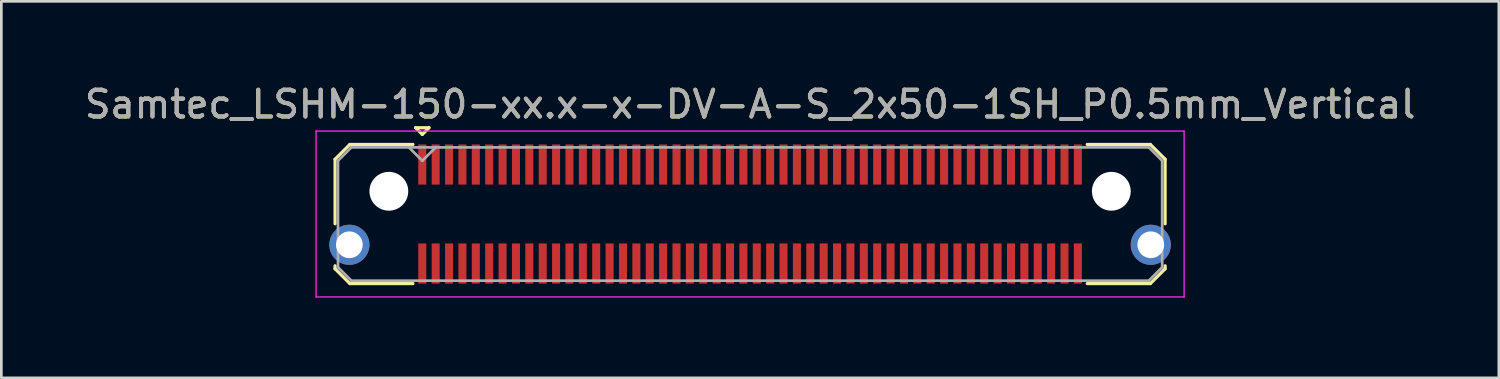
<source format=kicad_pcb>
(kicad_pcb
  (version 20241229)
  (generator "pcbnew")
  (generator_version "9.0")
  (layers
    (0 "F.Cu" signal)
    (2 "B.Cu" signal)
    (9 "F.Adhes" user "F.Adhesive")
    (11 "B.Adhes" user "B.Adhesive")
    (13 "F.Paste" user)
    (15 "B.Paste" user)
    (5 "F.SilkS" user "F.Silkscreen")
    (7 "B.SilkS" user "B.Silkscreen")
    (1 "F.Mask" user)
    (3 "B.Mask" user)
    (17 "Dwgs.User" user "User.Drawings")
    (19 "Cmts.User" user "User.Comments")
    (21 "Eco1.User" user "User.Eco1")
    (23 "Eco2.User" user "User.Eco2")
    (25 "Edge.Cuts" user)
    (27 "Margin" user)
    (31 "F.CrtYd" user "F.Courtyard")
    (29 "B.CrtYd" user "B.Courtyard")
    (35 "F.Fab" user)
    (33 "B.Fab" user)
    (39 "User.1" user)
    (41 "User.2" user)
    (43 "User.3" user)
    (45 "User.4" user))
  (footprint "Samtec_LSHM-150-xx.x-x-DV-A-S_2x50-1SH_P0.5mm_Vertical"
    (layer "F.Cu")
    (at 24.982 4.948)
    (property "Reference" "Samtec_LSHM-150-xx.x-x-DV-A-S_2x50-1SH_P0.5mm_Vertical" (at 0 -4.1 0) (layer "F.SilkS") (effects (font (size 1 1) (thickness 0.15))))
    (attr smd)
    (fp_line (start -15.51 -2.047) (end -15.51 0.365) (stroke (width 0.12) (type solid)) (layer "F.SilkS"))
    (fp_line (start -15.51 1.935) (end -15.51 2.047) (stroke (width 0.12) (type solid)) (layer "F.SilkS"))
    (fp_line (start -15.51 2.047) (end -14.957 2.6) (stroke (width 0.12) (type solid)) (layer "F.SilkS"))
    (fp_line (start -14.957 -2.6) (end -15.51 -2.047) (stroke (width 0.12) (type solid)) (layer "F.SilkS"))
    (fp_line (start -14.957 2.6) (end -12.6 2.6) (stroke (width 0.12) (type solid)) (layer "F.SilkS"))
    (fp_line (start -12.6 -2.6) (end -14.957 -2.6) (stroke (width 0.12) (type solid)) (layer "F.SilkS"))
    (fp_line (start -12.5 -3.225) (end -12 -3.225) (stroke (width 0.12) (type solid)) (layer "F.SilkS"))
    (fp_line (start -12.25 -2.975) (end -12.5 -3.225) (stroke (width 0.12) (type solid)) (layer "F.SilkS"))
    (fp_line (start -12 -3.225) (end -12.25 -2.975) (stroke (width 0.12) (type solid)) (layer "F.SilkS"))
    (fp_line (start 12.6 -2.6) (end 14.957 -2.6) (stroke (width 0.12) (type solid)) (layer "F.SilkS"))
    (fp_line (start 14.957 -2.6) (end 15.51 -2.047) (stroke (width 0.12) (type solid)) (layer "F.SilkS"))
    (fp_line (start 14.957 2.6) (end 12.6 2.6) (stroke (width 0.12) (type solid)) (layer "F.SilkS"))
    (fp_line (start 15.51 -2.047) (end 15.51 0.365) (stroke (width 0.12) (type solid)) (layer "F.SilkS"))
    (fp_line (start 15.51 1.935) (end 15.51 2.047) (stroke (width 0.12) (type solid)) (layer "F.SilkS"))
    (fp_line (start 15.51 2.047) (end 14.957 2.6) (stroke (width 0.12) (type solid)) (layer "F.SilkS"))
    (fp_line (start -16.22 -3.1) (end -16.22 3.1) (stroke (width 0.05) (type solid)) (layer "F.CrtYd"))
    (fp_line (start -16.22 3.1) (end 16.22 3.1) (stroke (width 0.05) (type solid)) (layer "F.CrtYd"))
    (fp_line (start 16.22 -3.1) (end -16.22 -3.1) (stroke (width 0.05) (type solid)) (layer "F.CrtYd"))
    (fp_line (start 16.22 3.1) (end 16.22 -3.1) (stroke (width 0.05) (type solid)) (layer "F.CrtYd"))
    (fp_line (start -15.4 -1.992) (end -15.4 1.992) (stroke (width 0.1) (type solid)) (layer "F.Fab"))
    (fp_line (start -15.4 1.992) (end -14.902 2.49) (stroke (width 0.1) (type solid)) (layer "F.Fab"))
    (fp_line (start -14.902 -2.49) (end -15.4 -1.992) (stroke (width 0.1) (type solid)) (layer "F.Fab"))
    (fp_line (start -14.902 2.49) (end 14.902 2.49) (stroke (width 0.1) (type solid)) (layer "F.Fab"))
    (fp_line (start -12.25 -1.99) (end -12.75 -2.49) (stroke (width 0.1) (type solid)) (layer "F.Fab"))
    (fp_line (start -11.75 -2.49) (end -12.25 -1.99) (stroke (width 0.1) (type solid)) (layer "F.Fab"))
    (fp_line (start 14.902 -2.49) (end -14.902 -2.49) (stroke (width 0.1) (type solid)) (layer "F.Fab"))
    (fp_line (start 14.902 2.49) (end 15.4 1.992) (stroke (width 0.1) (type solid)) (layer "F.Fab"))
    (fp_line (start 15.4 -1.992) (end 14.902 -2.49) (stroke (width 0.1) (type solid)) (layer "F.Fab"))
    (fp_line (start 15.4 1.992) (end 15.4 -1.992) (stroke (width 0.1) (type solid)) (layer "F.Fab"))
    (fp_text user "${REFERENCE}" (at 0 -4.1 0) (layer "F.Fab") (effects (font (size 1 1) (thickness 0.15))))
    (pad "" np_thru_hole circle (at -13.5 -0.85) (size 1.45 1.45) (drill 1.45) (layers "*.Cu" "*.Mask"))
    (pad "" np_thru_hole circle (at 13.5 -0.85) (size 1.45 1.45) (drill 1.45) (layers "*.Cu" "*.Mask"))
    (pad "1" smd rect (at -12.25 -1.85) (size 0.3 1.5) (layers "F.Cu" "F.Mask" "F.Paste"))
    (pad "2" smd rect (at -12.25 1.85) (size 0.3 1.5) (layers "F.Cu" "F.Mask" "F.Paste"))
    (pad "3" smd rect (at -11.75 -1.85) (size 0.3 1.5) (layers "F.Cu" "F.Mask" "F.Paste"))
    (pad "4" smd rect (at -11.75 1.85) (size 0.3 1.5) (layers "F.Cu" "F.Mask" "F.Paste"))
    (pad "5" smd rect (at -11.25 -1.85) (size 0.3 1.5) (layers "F.Cu" "F.Mask" "F.Paste"))
    (pad "6" smd rect (at -11.25 1.85) (size 0.3 1.5) (layers "F.Cu" "F.Mask" "F.Paste"))
    (pad "7" smd rect (at -10.75 -1.85) (size 0.3 1.5) (layers "F.Cu" "F.Mask" "F.Paste"))
    (pad "8" smd rect (at -10.75 1.85) (size 0.3 1.5) (layers "F.Cu" "F.Mask" "F.Paste"))
    (pad "9" smd rect (at -10.25 -1.85) (size 0.3 1.5) (layers "F.Cu" "F.Mask" "F.Paste"))
    (pad "10" smd rect (at -10.25 1.85) (size 0.3 1.5) (layers "F.Cu" "F.Mask" "F.Paste"))
    (pad "11" smd rect (at -9.75 -1.85) (size 0.3 1.5) (layers "F.Cu" "F.Mask" "F.Paste"))
    (pad "12" smd rect (at -9.75 1.85) (size 0.3 1.5) (layers "F.Cu" "F.Mask" "F.Paste"))
    (pad "13" smd rect (at -9.25 -1.85) (size 0.3 1.5) (layers "F.Cu" "F.Mask" "F.Paste"))
    (pad "14" smd rect (at -9.25 1.85) (size 0.3 1.5) (layers "F.Cu" "F.Mask" "F.Paste"))
    (pad "15" smd rect (at -8.75 -1.85) (size 0.3 1.5) (layers "F.Cu" "F.Mask" "F.Paste"))
    (pad "16" smd rect (at -8.75 1.85) (size 0.3 1.5) (layers "F.Cu" "F.Mask" "F.Paste"))
    (pad "17" smd rect (at -8.25 -1.85) (size 0.3 1.5) (layers "F.Cu" "F.Mask" "F.Paste"))
    (pad "18" smd rect (at -8.25 1.85) (size 0.3 1.5) (layers "F.Cu" "F.Mask" "F.Paste"))
    (pad "19" smd rect (at -7.75 -1.85) (size 0.3 1.5) (layers "F.Cu" "F.Mask" "F.Paste"))
    (pad "20" smd rect (at -7.75 1.85) (size 0.3 1.5) (layers "F.Cu" "F.Mask" "F.Paste"))
    (pad "21" smd rect (at -7.25 -1.85) (size 0.3 1.5) (layers "F.Cu" "F.Mask" "F.Paste"))
    (pad "22" smd rect (at -7.25 1.85) (size 0.3 1.5) (layers "F.Cu" "F.Mask" "F.Paste"))
    (pad "23" smd rect (at -6.75 -1.85) (size 0.3 1.5) (layers "F.Cu" "F.Mask" "F.Paste"))
    (pad "24" smd rect (at -6.75 1.85) (size 0.3 1.5) (layers "F.Cu" "F.Mask" "F.Paste"))
    (pad "25" smd rect (at -6.25 -1.85) (size 0.3 1.5) (layers "F.Cu" "F.Mask" "F.Paste"))
    (pad "26" smd rect (at -6.25 1.85) (size 0.3 1.5) (layers "F.Cu" "F.Mask" "F.Paste"))
    (pad "27" smd rect (at -5.75 -1.85) (size 0.3 1.5) (layers "F.Cu" "F.Mask" "F.Paste"))
    (pad "28" smd rect (at -5.75 1.85) (size 0.3 1.5) (layers "F.Cu" "F.Mask" "F.Paste"))
    (pad "29" smd rect (at -5.25 -1.85) (size 0.3 1.5) (layers "F.Cu" "F.Mask" "F.Paste"))
    (pad "30" smd rect (at -5.25 1.85) (size 0.3 1.5) (layers "F.Cu" "F.Mask" "F.Paste"))
    (pad "31" smd rect (at -4.75 -1.85) (size 0.3 1.5) (layers "F.Cu" "F.Mask" "F.Paste"))
    (pad "32" smd rect (at -4.75 1.85) (size 0.3 1.5) (layers "F.Cu" "F.Mask" "F.Paste"))
    (pad "33" smd rect (at -4.25 -1.85) (size 0.3 1.5) (layers "F.Cu" "F.Mask" "F.Paste"))
    (pad "34" smd rect (at -4.25 1.85) (size 0.3 1.5) (layers "F.Cu" "F.Mask" "F.Paste"))
    (pad "35" smd rect (at -3.75 -1.85) (size 0.3 1.5) (layers "F.Cu" "F.Mask" "F.Paste"))
    (pad "36" smd rect (at -3.75 1.85) (size 0.3 1.5) (layers "F.Cu" "F.Mask" "F.Paste"))
    (pad "37" smd rect (at -3.25 -1.85) (size 0.3 1.5) (layers "F.Cu" "F.Mask" "F.Paste"))
    (pad "38" smd rect (at -3.25 1.85) (size 0.3 1.5) (layers "F.Cu" "F.Mask" "F.Paste"))
    (pad "39" smd rect (at -2.75 -1.85) (size 0.3 1.5) (layers "F.Cu" "F.Mask" "F.Paste"))
    (pad "40" smd rect (at -2.75 1.85) (size 0.3 1.5) (layers "F.Cu" "F.Mask" "F.Paste"))
    (pad "41" smd rect (at -2.25 -1.85) (size 0.3 1.5) (layers "F.Cu" "F.Mask" "F.Paste"))
    (pad "42" smd rect (at -2.25 1.85) (size 0.3 1.5) (layers "F.Cu" "F.Mask" "F.Paste"))
    (pad "43" smd rect (at -1.75 -1.85) (size 0.3 1.5) (layers "F.Cu" "F.Mask" "F.Paste"))
    (pad "44" smd rect (at -1.75 1.85) (size 0.3 1.5) (layers "F.Cu" "F.Mask" "F.Paste"))
    (pad "45" smd rect (at -1.25 -1.85) (size 0.3 1.5) (layers "F.Cu" "F.Mask" "F.Paste"))
    (pad "46" smd rect (at -1.25 1.85) (size 0.3 1.5) (layers "F.Cu" "F.Mask" "F.Paste"))
    (pad "47" smd rect (at -0.75 -1.85) (size 0.3 1.5) (layers "F.Cu" "F.Mask" "F.Paste"))
    (pad "48" smd rect (at -0.75 1.85) (size 0.3 1.5) (layers "F.Cu" "F.Mask" "F.Paste"))
    (pad "49" smd rect (at -0.25 -1.85) (size 0.3 1.5) (layers "F.Cu" "F.Mask" "F.Paste"))
    (pad "50" smd rect (at -0.25 1.85) (size 0.3 1.5) (layers "F.Cu" "F.Mask" "F.Paste"))
    (pad "51" smd rect (at 0.25 -1.85) (size 0.3 1.5) (layers "F.Cu" "F.Mask" "F.Paste"))
    (pad "52" smd rect (at 0.25 1.85) (size 0.3 1.5) (layers "F.Cu" "F.Mask" "F.Paste"))
    (pad "53" smd rect (at 0.75 -1.85) (size 0.3 1.5) (layers "F.Cu" "F.Mask" "F.Paste"))
    (pad "54" smd rect (at 0.75 1.85) (size 0.3 1.5) (layers "F.Cu" "F.Mask" "F.Paste"))
    (pad "55" smd rect (at 1.25 -1.85) (size 0.3 1.5) (layers "F.Cu" "F.Mask" "F.Paste"))
    (pad "56" smd rect (at 1.25 1.85) (size 0.3 1.5) (layers "F.Cu" "F.Mask" "F.Paste"))
    (pad "57" smd rect (at 1.75 -1.85) (size 0.3 1.5) (layers "F.Cu" "F.Mask" "F.Paste"))
    (pad "58" smd rect (at 1.75 1.85) (size 0.3 1.5) (layers "F.Cu" "F.Mask" "F.Paste"))
    (pad "59" smd rect (at 2.25 -1.85) (size 0.3 1.5) (layers "F.Cu" "F.Mask" "F.Paste"))
    (pad "60" smd rect (at 2.25 1.85) (size 0.3 1.5) (layers "F.Cu" "F.Mask" "F.Paste"))
    (pad "61" smd rect (at 2.75 -1.85) (size 0.3 1.5) (layers "F.Cu" "F.Mask" "F.Paste"))
    (pad "62" smd rect (at 2.75 1.85) (size 0.3 1.5) (layers "F.Cu" "F.Mask" "F.Paste"))
    (pad "63" smd rect (at 3.25 -1.85) (size 0.3 1.5) (layers "F.Cu" "F.Mask" "F.Paste"))
    (pad "64" smd rect (at 3.25 1.85) (size 0.3 1.5) (layers "F.Cu" "F.Mask" "F.Paste"))
    (pad "65" smd rect (at 3.75 -1.85) (size 0.3 1.5) (layers "F.Cu" "F.Mask" "F.Paste"))
    (pad "66" smd rect (at 3.75 1.85) (size 0.3 1.5) (layers "F.Cu" "F.Mask" "F.Paste"))
    (pad "67" smd rect (at 4.25 -1.85) (size 0.3 1.5) (layers "F.Cu" "F.Mask" "F.Paste"))
    (pad "68" smd rect (at 4.25 1.85) (size 0.3 1.5) (layers "F.Cu" "F.Mask" "F.Paste"))
    (pad "69" smd rect (at 4.75 -1.85) (size 0.3 1.5) (layers "F.Cu" "F.Mask" "F.Paste"))
    (pad "70" smd rect (at 4.75 1.85) (size 0.3 1.5) (layers "F.Cu" "F.Mask" "F.Paste"))
    (pad "71" smd rect (at 5.25 -1.85) (size 0.3 1.5) (layers "F.Cu" "F.Mask" "F.Paste"))
    (pad "72" smd rect (at 5.25 1.85) (size 0.3 1.5) (layers "F.Cu" "F.Mask" "F.Paste"))
    (pad "73" smd rect (at 5.75 -1.85) (size 0.3 1.5) (layers "F.Cu" "F.Mask" "F.Paste"))
    (pad "74" smd rect (at 5.75 1.85) (size 0.3 1.5) (layers "F.Cu" "F.Mask" "F.Paste"))
    (pad "75" smd rect (at 6.25 -1.85) (size 0.3 1.5) (layers "F.Cu" "F.Mask" "F.Paste"))
    (pad "76" smd rect (at 6.25 1.85) (size 0.3 1.5) (layers "F.Cu" "F.Mask" "F.Paste"))
    (pad "77" smd rect (at 6.75 -1.85) (size 0.3 1.5) (layers "F.Cu" "F.Mask" "F.Paste"))
    (pad "78" smd rect (at 6.75 1.85) (size 0.3 1.5) (layers "F.Cu" "F.Mask" "F.Paste"))
    (pad "79" smd rect (at 7.25 -1.85) (size 0.3 1.5) (layers "F.Cu" "F.Mask" "F.Paste"))
    (pad "80" smd rect (at 7.25 1.85) (size 0.3 1.5) (layers "F.Cu" "F.Mask" "F.Paste"))
    (pad "81" smd rect (at 7.75 -1.85) (size 0.3 1.5) (layers "F.Cu" "F.Mask" "F.Paste"))
    (pad "82" smd rect (at 7.75 1.85) (size 0.3 1.5) (layers "F.Cu" "F.Mask" "F.Paste"))
    (pad "83" smd rect (at 8.25 -1.85) (size 0.3 1.5) (layers "F.Cu" "F.Mask" "F.Paste"))
    (pad "84" smd rect (at 8.25 1.85) (size 0.3 1.5) (layers "F.Cu" "F.Mask" "F.Paste"))
    (pad "85" smd rect (at 8.75 -1.85) (size 0.3 1.5) (layers "F.Cu" "F.Mask" "F.Paste"))
    (pad "86" smd rect (at 8.75 1.85) (size 0.3 1.5) (layers "F.Cu" "F.Mask" "F.Paste"))
    (pad "87" smd rect (at 9.25 -1.85) (size 0.3 1.5) (layers "F.Cu" "F.Mask" "F.Paste"))
    (pad "88" smd rect (at 9.25 1.85) (size 0.3 1.5) (layers "F.Cu" "F.Mask" "F.Paste"))
    (pad "89" smd rect (at 9.75 -1.85) (size 0.3 1.5) (layers "F.Cu" "F.Mask" "F.Paste"))
    (pad "90" smd rect (at 9.75 1.85) (size 0.3 1.5) (layers "F.Cu" "F.Mask" "F.Paste"))
    (pad "91" smd rect (at 10.25 -1.85) (size 0.3 1.5) (layers "F.Cu" "F.Mask" "F.Paste"))
    (pad "92" smd rect (at 10.25 1.85) (size 0.3 1.5) (layers "F.Cu" "F.Mask" "F.Paste"))
    (pad "93" smd rect (at 10.75 -1.85) (size 0.3 1.5) (layers "F.Cu" "F.Mask" "F.Paste"))
    (pad "94" smd rect (at 10.75 1.85) (size 0.3 1.5) (layers "F.Cu" "F.Mask" "F.Paste"))
    (pad "95" smd rect (at 11.25 -1.85) (size 0.3 1.5) (layers "F.Cu" "F.Mask" "F.Paste"))
    (pad "96" smd rect (at 11.25 1.85) (size 0.3 1.5) (layers "F.Cu" "F.Mask" "F.Paste"))
    (pad "97" smd rect (at 11.75 -1.85) (size 0.3 1.5) (layers "F.Cu" "F.Mask" "F.Paste"))
    (pad "98" smd rect (at 11.75 1.85) (size 0.3 1.5) (layers "F.Cu" "F.Mask" "F.Paste"))
    (pad "99" smd rect (at 12.25 -1.85) (size 0.3 1.5) (layers "F.Cu" "F.Mask" "F.Paste"))
    (pad "100" smd rect (at 12.25 1.85) (size 0.3 1.5) (layers "F.Cu" "F.Mask" "F.Paste"))
    (pad "SH" thru_hole circle (at -14.975 1.15) (size 1.5 1.5) (drill 1) (layers "*.Cu" "*.Mask"))
    (pad "SH" thru_hole circle (at 14.975 1.15) (size 1.5 1.5) (drill 1) (layers "*.Cu" "*.Mask")))
  (gr_rect
    (start -3 -3)
    (end 52.964 11.073)
    (stroke (width 0.1) (type default))
    (fill no)
    (layer "Edge.Cuts")))
</source>
